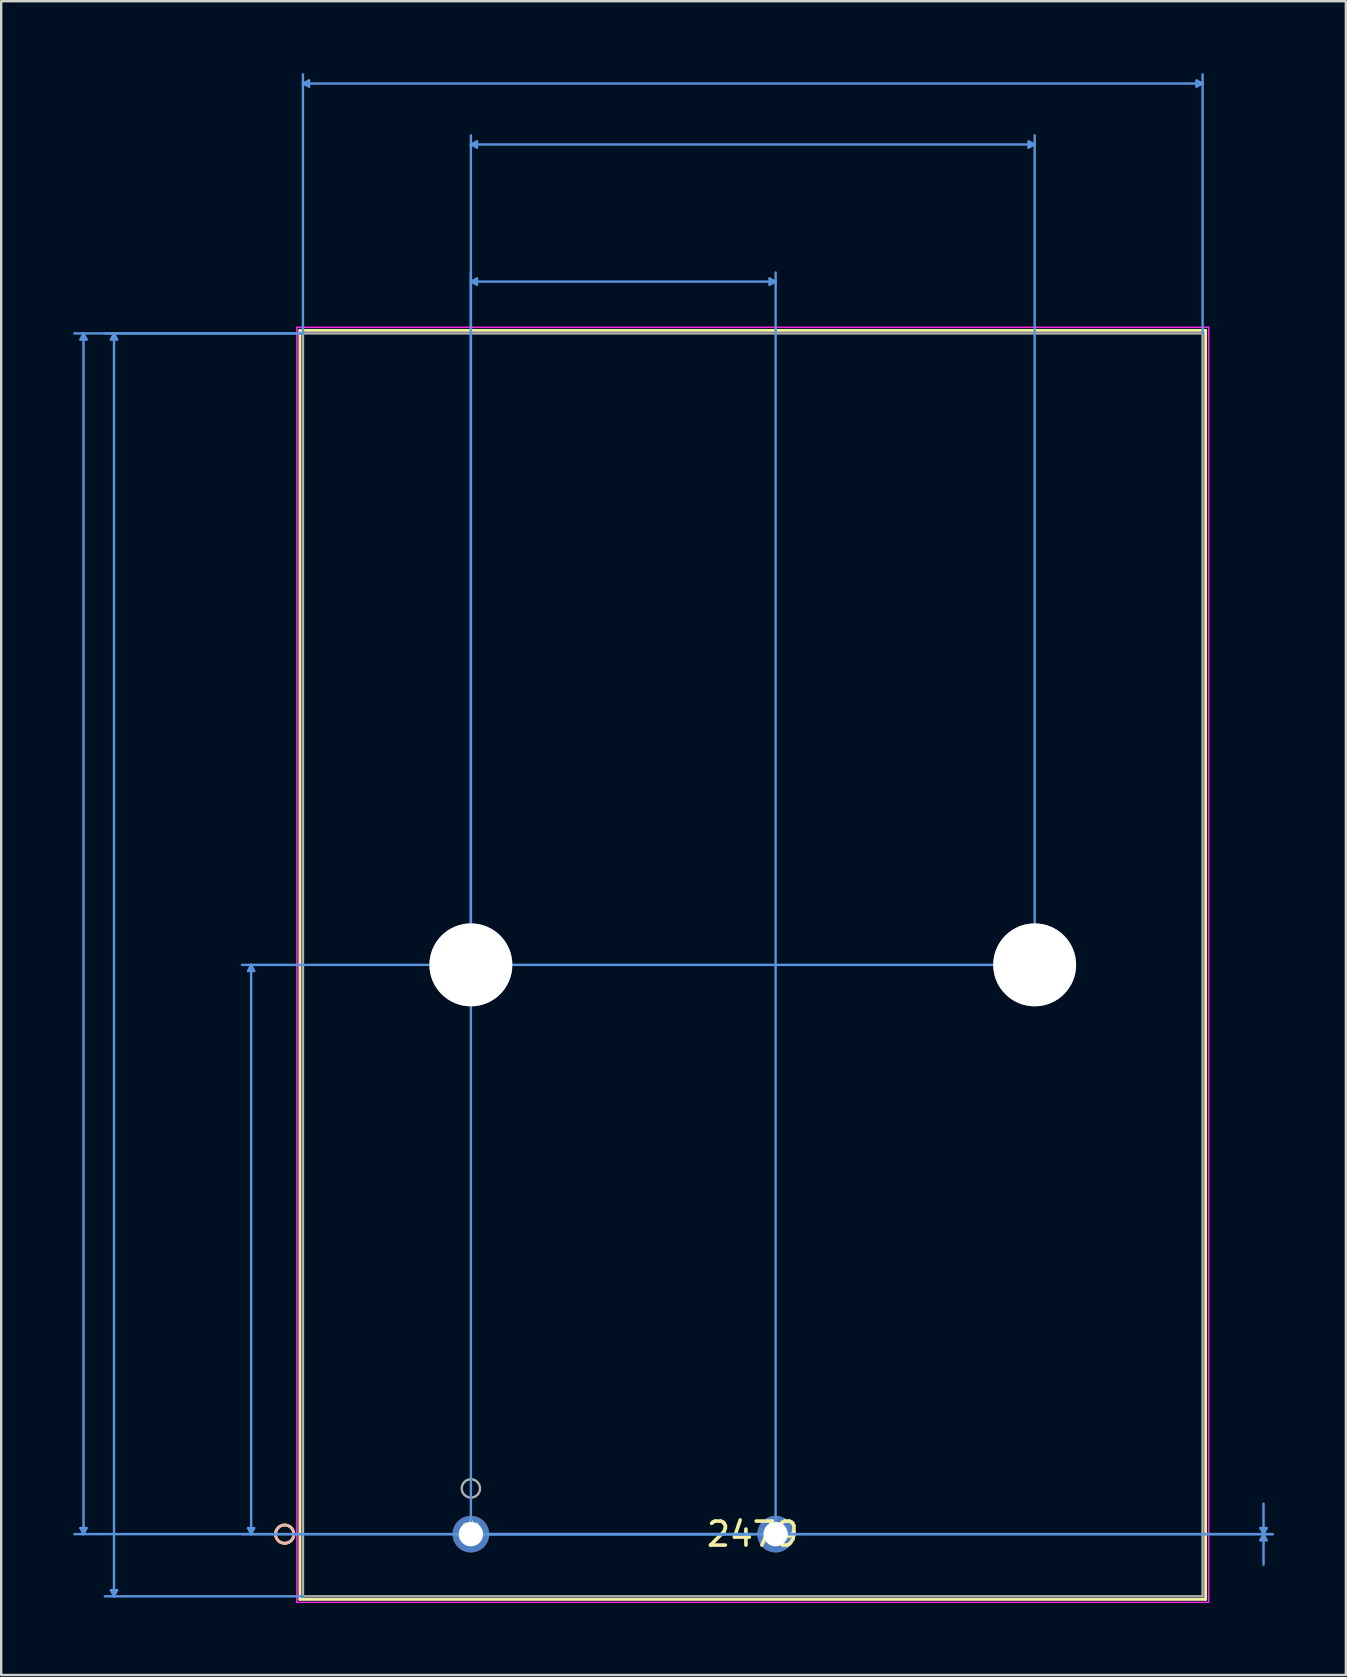
<source format=kicad_pcb>
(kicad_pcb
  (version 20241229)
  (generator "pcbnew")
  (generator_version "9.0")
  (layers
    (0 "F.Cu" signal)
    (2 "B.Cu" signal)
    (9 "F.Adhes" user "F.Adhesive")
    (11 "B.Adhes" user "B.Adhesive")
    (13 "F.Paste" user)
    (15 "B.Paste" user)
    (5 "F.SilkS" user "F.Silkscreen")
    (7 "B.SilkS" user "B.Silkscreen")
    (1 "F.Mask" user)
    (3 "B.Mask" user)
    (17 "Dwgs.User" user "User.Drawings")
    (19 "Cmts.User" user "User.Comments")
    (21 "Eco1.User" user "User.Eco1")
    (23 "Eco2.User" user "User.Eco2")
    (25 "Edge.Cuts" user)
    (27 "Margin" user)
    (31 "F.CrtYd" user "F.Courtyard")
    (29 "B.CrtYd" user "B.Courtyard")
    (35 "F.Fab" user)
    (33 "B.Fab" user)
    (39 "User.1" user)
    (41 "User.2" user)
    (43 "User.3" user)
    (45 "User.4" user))
  (footprint "2479"
    (layer "F.Cu")
    (at 16.573 60.883)
    (property "Reference" "2479" (at 11.748 0 0) (layer "F.SilkS") (effects (font (size 1 1) (thickness 0.15))))
    (attr through_hole)
    (fp_line (start -7.125 -50.165) (end -7.125 2.718) (stroke (width 0.12) (type solid)) (layer "F.SilkS"))
    (fp_line (start -7.125 2.718) (end 30.62 2.718) (stroke (width 0.12) (type solid)) (layer "F.SilkS"))
    (fp_line (start 30.62 -50.165) (end -7.125 -50.165) (stroke (width 0.12) (type solid)) (layer "F.SilkS"))
    (fp_line (start 30.62 2.718) (end 30.62 -50.165) (stroke (width 0.12) (type solid)) (layer "F.SilkS"))
    (fp_circle (center -7.76 0) (end -7.379 0) (stroke (width 0.12) (type solid)) (fill no) (layer "F.SilkS"))
    (fp_circle (center -7.76 0) (end -7.379 0) (stroke (width 0.12) (type solid)) (fill no) (layer "B.SilkS"))
    (fp_line (start -16.269 -49.784) (end -16.015 -49.784) (stroke (width 0.1) (type solid)) (layer "Cmts.User"))
    (fp_line (start -16.269 -0.254) (end -16.015 -0.254) (stroke (width 0.1) (type solid)) (layer "Cmts.User"))
    (fp_line (start -16.142 -50.038) (end -16.269 -49.784) (stroke (width 0.1) (type solid)) (layer "Cmts.User"))
    (fp_line (start -16.142 -50.038) (end -16.142 0) (stroke (width 0.1) (type solid)) (layer "Cmts.User"))
    (fp_line (start -16.142 -50.038) (end -16.015 -49.784) (stroke (width 0.1) (type solid)) (layer "Cmts.User"))
    (fp_line (start -16.142 0) (end -16.269 -0.254) (stroke (width 0.1) (type solid)) (layer "Cmts.User"))
    (fp_line (start -16.142 0) (end -16.015 -0.254) (stroke (width 0.1) (type solid)) (layer "Cmts.User"))
    (fp_line (start -14.999 -49.784) (end -14.745 -49.784) (stroke (width 0.1) (type solid)) (layer "Cmts.User"))
    (fp_line (start -14.999 2.337) (end -14.745 2.337) (stroke (width 0.1) (type solid)) (layer "Cmts.User"))
    (fp_line (start -14.872 -50.038) (end -14.999 -49.784) (stroke (width 0.1) (type solid)) (layer "Cmts.User"))
    (fp_line (start -14.872 -50.038) (end -14.872 2.591) (stroke (width 0.1) (type solid)) (layer "Cmts.User"))
    (fp_line (start -14.872 -50.038) (end -14.745 -49.784) (stroke (width 0.1) (type solid)) (layer "Cmts.User"))
    (fp_line (start -14.872 2.591) (end -14.999 2.337) (stroke (width 0.1) (type solid)) (layer "Cmts.User"))
    (fp_line (start -14.872 2.591) (end -14.745 2.337) (stroke (width 0.1) (type solid)) (layer "Cmts.User"))
    (fp_line (start -9.284 -23.47) (end -9.03 -23.47) (stroke (width 0.1) (type solid)) (layer "Cmts.User"))
    (fp_line (start -9.284 -0.254) (end -9.03 -0.254) (stroke (width 0.1) (type solid)) (layer "Cmts.User"))
    (fp_line (start -9.157 -23.724) (end -9.284 -23.47) (stroke (width 0.1) (type solid)) (layer "Cmts.User"))
    (fp_line (start -9.157 -23.724) (end -9.157 0) (stroke (width 0.1) (type solid)) (layer "Cmts.User"))
    (fp_line (start -9.157 -23.724) (end -9.03 -23.47) (stroke (width 0.1) (type solid)) (layer "Cmts.User"))
    (fp_line (start -9.157 0) (end -9.284 -0.254) (stroke (width 0.1) (type solid)) (layer "Cmts.User"))
    (fp_line (start -9.157 0) (end -9.03 -0.254) (stroke (width 0.1) (type solid)) (layer "Cmts.User"))
    (fp_line (start -6.998 -60.452) (end -6.744 -60.579) (stroke (width 0.1) (type solid)) (layer "Cmts.User"))
    (fp_line (start -6.998 -60.452) (end -6.744 -60.325) (stroke (width 0.1) (type solid)) (layer "Cmts.User"))
    (fp_line (start -6.998 -60.452) (end 30.493 -60.452) (stroke (width 0.1) (type solid)) (layer "Cmts.User"))
    (fp_line (start -6.998 -50.038) (end -16.523 -50.038) (stroke (width 0.1) (type solid)) (layer "Cmts.User"))
    (fp_line (start -6.998 -50.038) (end -15.253 -50.038) (stroke (width 0.1) (type solid)) (layer "Cmts.User"))
    (fp_line (start -6.998 -50.038) (end -6.998 -60.833) (stroke (width 0.1) (type solid)) (layer "Cmts.User"))
    (fp_line (start -6.998 2.591) (end -15.253 2.591) (stroke (width 0.1) (type solid)) (layer "Cmts.User"))
    (fp_line (start -6.744 -60.579) (end -6.744 -60.325) (stroke (width 0.1) (type solid)) (layer "Cmts.User"))
    (fp_line (start 0 -57.912) (end 0.254 -58.039) (stroke (width 0.1) (type solid)) (layer "Cmts.User"))
    (fp_line (start 0 -57.912) (end 0.254 -57.785) (stroke (width 0.1) (type solid)) (layer "Cmts.User"))
    (fp_line (start 0 -57.912) (end 23.495 -57.912) (stroke (width 0.1) (type solid)) (layer "Cmts.User"))
    (fp_line (start 0 -52.197) (end 0.254 -52.324) (stroke (width 0.1) (type solid)) (layer "Cmts.User"))
    (fp_line (start 0 -52.197) (end 0.254 -52.07) (stroke (width 0.1) (type solid)) (layer "Cmts.User"))
    (fp_line (start 0 -52.197) (end 12.7 -52.197) (stroke (width 0.1) (type solid)) (layer "Cmts.User"))
    (fp_line (start 0 -23.724) (end 0 -58.293) (stroke (width 0.1) (type solid)) (layer "Cmts.User"))
    (fp_line (start 0 0) (end 0 -52.578) (stroke (width 0.1) (type solid)) (layer "Cmts.User"))
    (fp_line (start 0 0) (end 33.414 0) (stroke (width 0.1) (type solid)) (layer "Cmts.User"))
    (fp_line (start 0 0) (end 33.414 0) (stroke (width 0.1) (type solid)) (layer "Cmts.User"))
    (fp_line (start 0.254 -58.039) (end 0.254 -57.785) (stroke (width 0.1) (type solid)) (layer "Cmts.User"))
    (fp_line (start 0.254 -52.324) (end 0.254 -52.07) (stroke (width 0.1) (type solid)) (layer "Cmts.User"))
    (fp_line (start 11.748 0) (end -16.523 0) (stroke (width 0.1) (type solid)) (layer "Cmts.User"))
    (fp_line (start 11.748 0) (end -9.538 0) (stroke (width 0.1) (type solid)) (layer "Cmts.User"))
    (fp_line (start 12.446 -52.324) (end 12.446 -52.07) (stroke (width 0.1) (type solid)) (layer "Cmts.User"))
    (fp_line (start 12.7 -52.197) (end 12.446 -52.324) (stroke (width 0.1) (type solid)) (layer "Cmts.User"))
    (fp_line (start 12.7 -52.197) (end 12.446 -52.07) (stroke (width 0.1) (type solid)) (layer "Cmts.User"))
    (fp_line (start 12.7 0) (end 12.7 -52.578) (stroke (width 0.1) (type solid)) (layer "Cmts.User"))
    (fp_line (start 23.241 -58.039) (end 23.241 -57.785) (stroke (width 0.1) (type solid)) (layer "Cmts.User"))
    (fp_line (start 23.495 -57.912) (end 23.241 -58.039) (stroke (width 0.1) (type solid)) (layer "Cmts.User"))
    (fp_line (start 23.495 -57.912) (end 23.241 -57.785) (stroke (width 0.1) (type solid)) (layer "Cmts.User"))
    (fp_line (start 23.495 -23.724) (end -9.538 -23.724) (stroke (width 0.1) (type solid)) (layer "Cmts.User"))
    (fp_line (start 23.495 -23.724) (end 23.495 -58.293) (stroke (width 0.1) (type solid)) (layer "Cmts.User"))
    (fp_line (start 30.239 -60.579) (end 30.239 -60.325) (stroke (width 0.1) (type solid)) (layer "Cmts.User"))
    (fp_line (start 30.493 -60.452) (end 30.239 -60.579) (stroke (width 0.1) (type solid)) (layer "Cmts.User"))
    (fp_line (start 30.493 -60.452) (end 30.239 -60.325) (stroke (width 0.1) (type solid)) (layer "Cmts.User"))
    (fp_line (start 30.493 -50.038) (end 30.493 -60.833) (stroke (width 0.1) (type solid)) (layer "Cmts.User"))
    (fp_line (start 32.906 -0.254) (end 33.16 -0.254) (stroke (width 0.1) (type solid)) (layer "Cmts.User"))
    (fp_line (start 32.906 0.254) (end 33.16 0.254) (stroke (width 0.1) (type solid)) (layer "Cmts.User"))
    (fp_line (start 33.033 0) (end 32.906 -0.254) (stroke (width 0.1) (type solid)) (layer "Cmts.User"))
    (fp_line (start 33.033 0) (end 32.906 0.254) (stroke (width 0.1) (type solid)) (layer "Cmts.User"))
    (fp_line (start 33.033 0) (end 33.033 -1.27) (stroke (width 0.1) (type solid)) (layer "Cmts.User"))
    (fp_line (start 33.033 0) (end 33.033 1.27) (stroke (width 0.1) (type solid)) (layer "Cmts.User"))
    (fp_line (start 33.033 0) (end 33.16 -0.254) (stroke (width 0.1) (type solid)) (layer "Cmts.User"))
    (fp_line (start 33.033 0) (end 33.16 0.254) (stroke (width 0.1) (type solid)) (layer "Cmts.User"))
    (fp_line (start -7.252 -50.292) (end -7.252 2.845) (stroke (width 0.05) (type solid)) (layer "F.CrtYd"))
    (fp_line (start -7.252 -50.292) (end -7.252 2.845) (stroke (width 0.05) (type solid)) (layer "F.CrtYd"))
    (fp_line (start -7.252 2.845) (end 30.747 2.845) (stroke (width 0.05) (type solid)) (layer "F.CrtYd"))
    (fp_line (start -7.252 2.845) (end 30.747 2.845) (stroke (width 0.05) (type solid)) (layer "F.CrtYd"))
    (fp_line (start 30.747 -50.292) (end -7.252 -50.292) (stroke (width 0.05) (type solid)) (layer "F.CrtYd"))
    (fp_line (start 30.747 -50.292) (end -7.252 -50.292) (stroke (width 0.05) (type solid)) (layer "F.CrtYd"))
    (fp_line (start 30.747 2.845) (end 30.747 -50.292) (stroke (width 0.05) (type solid)) (layer "F.CrtYd"))
    (fp_line (start 30.747 2.845) (end 30.747 -50.292) (stroke (width 0.05) (type solid)) (layer "F.CrtYd"))
    (fp_line (start -6.998 -50.038) (end -6.998 2.591) (stroke (width 0.1) (type solid)) (layer "F.Fab"))
    (fp_line (start -6.998 2.591) (end 30.493 2.591) (stroke (width 0.1) (type solid)) (layer "F.Fab"))
    (fp_line (start 30.493 -50.038) (end -6.998 -50.038) (stroke (width 0.1) (type solid)) (layer "F.Fab"))
    (fp_line (start 30.493 2.591) (end 30.493 -50.038) (stroke (width 0.1) (type solid)) (layer "F.Fab"))
    (fp_circle (center 0 -1.905) (end 0.381 -1.905) (stroke (width 0.1) (type solid)) (fill no) (layer "F.Fab"))
    (fp_text user "*" (at 0 0 0) (layer "F.SilkS") (effects (font (size 1 1) (thickness 0.15))))
    (fp_text user "Copyright 2021 Accelerated Designs. All rights reserved." (at 0 0 0) (layer "Cmts.User") (effects (font (size 0.127 0.127) (thickness 0.002))))
    (fp_text user "*" (at 0 0 0) (layer "F.Fab") (effects (font (size 1 1) (thickness 0.15))))
    (pad "1" thru_hole circle (at 0 0) (size 1.524 1.524) (drill 1.016) (layers "*.Cu" "*.Mask"))
    (pad "2" thru_hole circle (at 12.7 0) (size 1.524 1.524) (drill 1.016) (layers "*.Cu" "*.Mask"))
    (pad "3" thru_hole circle (at 0 -23.724 90) (size 3.454 3.454) (drill 3.454) (layers "*.Cu" "*.Mask"))
    (pad "4" thru_hole circle (at 23.495 -23.724 90) (size 3.454 3.454) (drill 3.454) (layers "*.Cu" "*.Mask")))
  (gr_rect
    (start -3 -3)
    (end 53.036 66.753)
    (stroke (width 0.1) (type default))
    (fill no)
    (layer "Edge.Cuts")))
</source>
